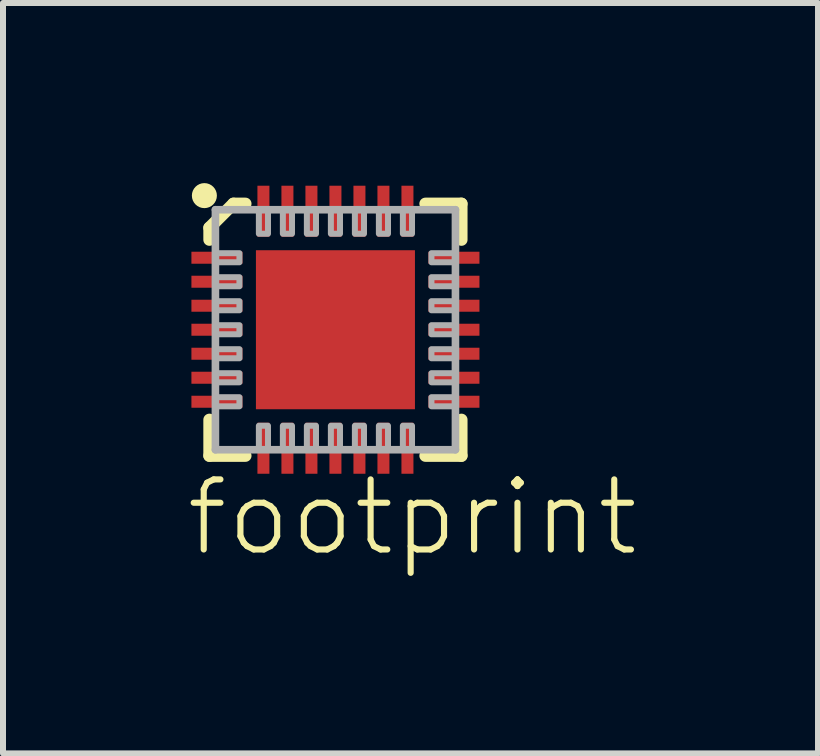
<source format=kicad_pcb>
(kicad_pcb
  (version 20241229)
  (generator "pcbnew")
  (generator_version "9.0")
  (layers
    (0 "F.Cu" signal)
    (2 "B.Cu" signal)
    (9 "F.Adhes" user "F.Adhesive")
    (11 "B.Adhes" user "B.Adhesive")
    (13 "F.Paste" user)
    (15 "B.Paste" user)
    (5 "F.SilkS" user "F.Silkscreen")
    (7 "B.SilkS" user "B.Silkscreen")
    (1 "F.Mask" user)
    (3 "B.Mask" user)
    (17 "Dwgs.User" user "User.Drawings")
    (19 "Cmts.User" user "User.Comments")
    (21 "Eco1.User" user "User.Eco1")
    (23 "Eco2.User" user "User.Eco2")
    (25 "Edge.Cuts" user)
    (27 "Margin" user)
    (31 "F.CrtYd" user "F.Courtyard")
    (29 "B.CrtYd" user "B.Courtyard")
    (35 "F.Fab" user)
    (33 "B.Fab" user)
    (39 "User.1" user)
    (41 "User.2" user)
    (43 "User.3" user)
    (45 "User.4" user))
  (footprint "footprint"
    (layer "F.Cu")
    (at 2.54 2.445)
    (property "Reference" "footprint" (at -2.54 3.81 0) (layer "F.SilkS") (effects (font (size 1.168 1.168) (thickness 0.102)) (justify left bottom)))
    (fp_line (start -2.1 -1.7) (end -2.1 -1.5) (stroke (width 0.203) (type solid)) (layer "F.SilkS"))
    (fp_line (start -2.1 -1.7) (end -1.7 -2.1) (stroke (width 0.203) (type solid)) (layer "F.SilkS"))
    (fp_line (start -2.1 2.1) (end -2.1 1.5) (stroke (width 0.203) (type solid)) (layer "F.SilkS"))
    (fp_line (start -2.1 2.1) (end -1.5 2.1) (stroke (width 0.203) (type solid)) (layer "F.SilkS"))
    (fp_line (start -1.7 -2.1) (end -1.5 -2.1) (stroke (width 0.203) (type solid)) (layer "F.SilkS"))
    (fp_line (start 2.1 -2.1) (end 1.5 -2.1) (stroke (width 0.203) (type solid)) (layer "F.SilkS"))
    (fp_line (start 2.1 -2.1) (end 2.1 -1.5) (stroke (width 0.203) (type solid)) (layer "F.SilkS"))
    (fp_line (start 2.1 2.1) (end 1.5 2.1) (stroke (width 0.203) (type solid)) (layer "F.SilkS"))
    (fp_line (start 2.1 2.1) (end 2.1 1.5) (stroke (width 0.203) (type solid)) (layer "F.SilkS"))
    (fp_circle (center -2.184 -2.235) (end -2.08 -2.235) (stroke (width 0.209) (type solid)) (fill yes) (layer "F.SilkS"))
    (fp_poly (pts (xy -2 -1.1) (xy -1.55 -1.1) (xy -1.55 -1.3) (xy -2 -1.3)) (stroke (width 0) (type solid)) (fill yes) (layer "F.Paste"))
    (fp_poly (pts (xy -2 -0.7) (xy -1.55 -0.7) (xy -1.55 -0.9) (xy -2 -0.9)) (stroke (width 0) (type solid)) (fill yes) (layer "F.Paste"))
    (fp_poly (pts (xy -2 -0.3) (xy -1.55 -0.3) (xy -1.55 -0.5) (xy -2 -0.5)) (stroke (width 0) (type solid)) (fill yes) (layer "F.Paste"))
    (fp_poly (pts (xy -2 0.1) (xy -1.55 0.1) (xy -1.55 -0.1) (xy -2 -0.1)) (stroke (width 0) (type solid)) (fill yes) (layer "F.Paste"))
    (fp_poly (pts (xy -2 0.5) (xy -1.55 0.5) (xy -1.55 0.3) (xy -2 0.3)) (stroke (width 0) (type solid)) (fill yes) (layer "F.Paste"))
    (fp_poly (pts (xy -2 0.9) (xy -1.55 0.9) (xy -1.55 0.7) (xy -2 0.7)) (stroke (width 0) (type solid)) (fill yes) (layer "F.Paste"))
    (fp_poly (pts (xy -2 1.3) (xy -1.55 1.3) (xy -1.55 1.1) (xy -2 1.1)) (stroke (width 0) (type solid)) (fill yes) (layer "F.Paste"))
    (fp_poly (pts (xy -1.3 -2) (xy -1.3 -1.55) (xy -1.1 -1.55) (xy -1.1 -2)) (stroke (width 0) (type solid)) (fill yes) (layer "F.Paste"))
    (fp_poly (pts (xy -1.1 2) (xy -1.1 1.55) (xy -1.3 1.55) (xy -1.3 2)) (stroke (width 0) (type solid)) (fill yes) (layer "F.Paste"))
    (fp_poly (pts (xy -0.994 -0.331) (xy -0.331 -0.331) (xy -0.331 -0.994) (xy -0.994 -0.994)) (stroke (width 0) (type solid)) (fill yes) (layer "F.Paste"))
    (fp_poly (pts (xy -0.994 0.994) (xy -0.331 0.994) (xy -0.331 0.331) (xy -0.994 0.331)) (stroke (width 0) (type solid)) (fill yes) (layer "F.Paste"))
    (fp_poly (pts (xy -0.9 -2) (xy -0.9 -1.55) (xy -0.7 -1.55) (xy -0.7 -2)) (stroke (width 0) (type solid)) (fill yes) (layer "F.Paste"))
    (fp_poly (pts (xy -0.7 2) (xy -0.7 1.55) (xy -0.9 1.55) (xy -0.9 2)) (stroke (width 0) (type solid)) (fill yes) (layer "F.Paste"))
    (fp_poly (pts (xy -0.5 -2) (xy -0.5 -1.55) (xy -0.3 -1.55) (xy -0.3 -2)) (stroke (width 0) (type solid)) (fill yes) (layer "F.Paste"))
    (fp_poly (pts (xy -0.3 2) (xy -0.3 1.55) (xy -0.5 1.55) (xy -0.5 2)) (stroke (width 0) (type solid)) (fill yes) (layer "F.Paste"))
    (fp_poly (pts (xy -0.1 -2) (xy -0.1 -1.55) (xy 0.1 -1.55) (xy 0.1 -2)) (stroke (width 0) (type solid)) (fill yes) (layer "F.Paste"))
    (fp_poly (pts (xy 0.1 2) (xy 0.1 1.55) (xy -0.1 1.55) (xy -0.1 2)) (stroke (width 0) (type solid)) (fill yes) (layer "F.Paste"))
    (fp_poly (pts (xy 0.3 -2) (xy 0.3 -1.55) (xy 0.5 -1.55) (xy 0.5 -2)) (stroke (width 0) (type solid)) (fill yes) (layer "F.Paste"))
    (fp_poly (pts (xy 0.5 2) (xy 0.5 1.55) (xy 0.3 1.55) (xy 0.3 2)) (stroke (width 0) (type solid)) (fill yes) (layer "F.Paste"))
    (fp_poly (pts (xy 0.7 -2) (xy 0.7 -1.55) (xy 0.9 -1.55) (xy 0.9 -2)) (stroke (width 0) (type solid)) (fill yes) (layer "F.Paste"))
    (fp_poly (pts (xy 0.9 2) (xy 0.9 1.55) (xy 0.7 1.55) (xy 0.7 2)) (stroke (width 0) (type solid)) (fill yes) (layer "F.Paste"))
    (fp_poly (pts (xy 0.994 -0.994) (xy 0.331 -0.994) (xy 0.331 -0.331) (xy 0.994 -0.331)) (stroke (width 0) (type solid)) (fill yes) (layer "F.Paste"))
    (fp_poly (pts (xy 0.994 0.331) (xy 0.331 0.331) (xy 0.331 0.994) (xy 0.994 0.994)) (stroke (width 0) (type solid)) (fill yes) (layer "F.Paste"))
    (fp_poly (pts (xy 1.1 -2) (xy 1.1 -1.55) (xy 1.3 -1.55) (xy 1.3 -2)) (stroke (width 0) (type solid)) (fill yes) (layer "F.Paste"))
    (fp_poly (pts (xy 1.3 2) (xy 1.3 1.55) (xy 1.1 1.55) (xy 1.1 2)) (stroke (width 0) (type solid)) (fill yes) (layer "F.Paste"))
    (fp_poly (pts (xy 2 -1.3) (xy 1.55 -1.3) (xy 1.55 -1.1) (xy 2 -1.1)) (stroke (width 0) (type solid)) (fill yes) (layer "F.Paste"))
    (fp_poly (pts (xy 2 -0.9) (xy 1.55 -0.9) (xy 1.55 -0.7) (xy 2 -0.7)) (stroke (width 0) (type solid)) (fill yes) (layer "F.Paste"))
    (fp_poly (pts (xy 2 -0.5) (xy 1.55 -0.5) (xy 1.55 -0.3) (xy 2 -0.3)) (stroke (width 0) (type solid)) (fill yes) (layer "F.Paste"))
    (fp_poly (pts (xy 2 -0.1) (xy 1.55 -0.1) (xy 1.55 0.1) (xy 2 0.1)) (stroke (width 0) (type solid)) (fill yes) (layer "F.Paste"))
    (fp_poly (pts (xy 2 0.3) (xy 1.55 0.3) (xy 1.55 0.5) (xy 2 0.5)) (stroke (width 0) (type solid)) (fill yes) (layer "F.Paste"))
    (fp_poly (pts (xy 2 0.7) (xy 1.55 0.7) (xy 1.55 0.9) (xy 2 0.9)) (stroke (width 0) (type solid)) (fill yes) (layer "F.Paste"))
    (fp_poly (pts (xy 2 1.1) (xy 1.55 1.1) (xy 1.55 1.3) (xy 2 1.3)) (stroke (width 0) (type solid)) (fill yes) (layer "F.Paste"))
    (fp_line (start -2 -2) (end 2 -2) (stroke (width 0.127) (type solid)) (layer "F.Fab"))
    (fp_line (start -2 2) (end -2 -2) (stroke (width 0.127) (type solid)) (layer "F.Fab"))
    (fp_line (start 2 -2) (end 2 2) (stroke (width 0.127) (type solid)) (layer "F.Fab"))
    (fp_line (start 2 2) (end -2 2) (stroke (width 0.127) (type solid)) (layer "F.Fab"))
    (fp_poly (pts (xy -2 -1.276) (xy -2 -1.124) (xy -1.6 -1.124) (xy -1.6 -1.276)) (stroke (width 0.1) (type solid)) (fill no) (layer "F.Fab"))
    (fp_poly (pts (xy -2 -0.876) (xy -2 -0.724) (xy -1.6 -0.724) (xy -1.6 -0.876)) (stroke (width 0.1) (type solid)) (fill no) (layer "F.Fab"))
    (fp_poly (pts (xy -2 -0.476) (xy -2 -0.324) (xy -1.6 -0.324) (xy -1.6 -0.476)) (stroke (width 0.1) (type solid)) (fill no) (layer "F.Fab"))
    (fp_poly (pts (xy -2 -0.076) (xy -2 0.076) (xy -1.6 0.076) (xy -1.6 -0.076)) (stroke (width 0.1) (type solid)) (fill no) (layer "F.Fab"))
    (fp_poly (pts (xy -2 0.324) (xy -2 0.476) (xy -1.6 0.476) (xy -1.6 0.324)) (stroke (width 0.1) (type solid)) (fill no) (layer "F.Fab"))
    (fp_poly (pts (xy -2 0.724) (xy -2 0.876) (xy -1.6 0.876) (xy -1.6 0.724)) (stroke (width 0.1) (type solid)) (fill no) (layer "F.Fab"))
    (fp_poly (pts (xy -2 1.124) (xy -2 1.276) (xy -1.6 1.276) (xy -1.6 1.124)) (stroke (width 0.1) (type solid)) (fill no) (layer "F.Fab"))
    (fp_poly (pts (xy -1.276 2) (xy -1.124 2) (xy -1.124 1.6) (xy -1.276 1.6)) (stroke (width 0.1) (type solid)) (fill no) (layer "F.Fab"))
    (fp_poly (pts (xy -1.124 -2) (xy -1.276 -2) (xy -1.276 -1.6) (xy -1.124 -1.6)) (stroke (width 0.1) (type solid)) (fill no) (layer "F.Fab"))
    (fp_poly (pts (xy -0.876 2) (xy -0.724 2) (xy -0.724 1.6) (xy -0.876 1.6)) (stroke (width 0.1) (type solid)) (fill no) (layer "F.Fab"))
    (fp_poly (pts (xy -0.724 -2) (xy -0.876 -2) (xy -0.876 -1.6) (xy -0.724 -1.6)) (stroke (width 0.1) (type solid)) (fill no) (layer "F.Fab"))
    (fp_poly (pts (xy -0.476 2) (xy -0.324 2) (xy -0.324 1.6) (xy -0.476 1.6)) (stroke (width 0.1) (type solid)) (fill no) (layer "F.Fab"))
    (fp_poly (pts (xy -0.324 -2) (xy -0.476 -2) (xy -0.476 -1.6) (xy -0.324 -1.6)) (stroke (width 0.1) (type solid)) (fill no) (layer "F.Fab"))
    (fp_poly (pts (xy -0.076 2) (xy 0.076 2) (xy 0.076 1.6) (xy -0.076 1.6)) (stroke (width 0.1) (type solid)) (fill no) (layer "F.Fab"))
    (fp_poly (pts (xy 0.076 -2) (xy -0.076 -2) (xy -0.076 -1.6) (xy 0.076 -1.6)) (stroke (width 0.1) (type solid)) (fill no) (layer "F.Fab"))
    (fp_poly (pts (xy 0.324 2) (xy 0.476 2) (xy 0.476 1.6) (xy 0.324 1.6)) (stroke (width 0.1) (type solid)) (fill no) (layer "F.Fab"))
    (fp_poly (pts (xy 0.476 -2) (xy 0.324 -2) (xy 0.324 -1.6) (xy 0.476 -1.6)) (stroke (width 0.1) (type solid)) (fill no) (layer "F.Fab"))
    (fp_poly (pts (xy 0.724 2) (xy 0.876 2) (xy 0.876 1.6) (xy 0.724 1.6)) (stroke (width 0.1) (type solid)) (fill no) (layer "F.Fab"))
    (fp_poly (pts (xy 0.876 -2) (xy 0.724 -2) (xy 0.724 -1.6) (xy 0.876 -1.6)) (stroke (width 0.1) (type solid)) (fill no) (layer "F.Fab"))
    (fp_poly (pts (xy 1.124 2) (xy 1.276 2) (xy 1.276 1.6) (xy 1.124 1.6)) (stroke (width 0.1) (type solid)) (fill no) (layer "F.Fab"))
    (fp_poly (pts (xy 1.276 -2) (xy 1.124 -2) (xy 1.124 -1.6) (xy 1.276 -1.6)) (stroke (width 0.1) (type solid)) (fill no) (layer "F.Fab"))
    (fp_poly (pts (xy 2 -1.124) (xy 2 -1.276) (xy 1.6 -1.276) (xy 1.6 -1.124)) (stroke (width 0.1) (type solid)) (fill no) (layer "F.Fab"))
    (fp_poly (pts (xy 2 -0.724) (xy 2 -0.876) (xy 1.6 -0.876) (xy 1.6 -0.724)) (stroke (width 0.1) (type solid)) (fill no) (layer "F.Fab"))
    (fp_poly (pts (xy 2 -0.324) (xy 2 -0.476) (xy 1.6 -0.476) (xy 1.6 -0.324)) (stroke (width 0.1) (type solid)) (fill no) (layer "F.Fab"))
    (fp_poly (pts (xy 2 0.076) (xy 2 -0.076) (xy 1.6 -0.076) (xy 1.6 0.076)) (stroke (width 0.1) (type solid)) (fill no) (layer "F.Fab"))
    (fp_poly (pts (xy 2 0.476) (xy 2 0.324) (xy 1.6 0.324) (xy 1.6 0.476)) (stroke (width 0.1) (type solid)) (fill no) (layer "F.Fab"))
    (fp_poly (pts (xy 2 0.876) (xy 2 0.724) (xy 1.6 0.724) (xy 1.6 0.876)) (stroke (width 0.1) (type solid)) (fill no) (layer "F.Fab"))
    (fp_poly (pts (xy 2 1.276) (xy 2 1.124) (xy 1.6 1.124) (xy 1.6 1.276)) (stroke (width 0.1) (type solid)) (fill no) (layer "F.Fab"))
    (pad "1" smd rect (at -1.975 -1.2) (size 0.85 0.2) (layers "F.Cu" "F.Mask"))
    (pad "2" smd rect (at -1.975 -0.8) (size 0.85 0.2) (layers "F.Cu" "F.Mask"))
    (pad "3" smd rect (at -1.975 -0.4) (size 0.85 0.2) (layers "F.Cu" "F.Mask"))
    (pad "4" smd rect (at -1.975 0) (size 0.85 0.2) (layers "F.Cu" "F.Mask"))
    (pad "5" smd rect (at -1.975 0.4) (size 0.85 0.2) (layers "F.Cu" "F.Mask"))
    (pad "6" smd rect (at -1.975 0.8) (size 0.85 0.2) (layers "F.Cu" "F.Mask"))
    (pad "7" smd rect (at -1.975 1.2) (size 0.85 0.2) (layers "F.Cu" "F.Mask"))
    (pad "8" smd rect (at -1.2 1.975 90) (size 0.85 0.2) (layers "F.Cu" "F.Mask"))
    (pad "9" smd rect (at -0.8 1.975 90) (size 0.85 0.2) (layers "F.Cu" "F.Mask"))
    (pad "10" smd rect (at -0.4 1.975 90) (size 0.85 0.2) (layers "F.Cu" "F.Mask"))
    (pad "11" smd rect (at 0 1.975 90) (size 0.85 0.2) (layers "F.Cu" "F.Mask"))
    (pad "12" smd rect (at 0.4 1.975 90) (size 0.85 0.2) (layers "F.Cu" "F.Mask"))
    (pad "13" smd rect (at 0.8 1.975 90) (size 0.85 0.2) (layers "F.Cu" "F.Mask"))
    (pad "14" smd rect (at 1.2 1.975 90) (size 0.85 0.2) (layers "F.Cu" "F.Mask"))
    (pad "15" smd rect (at 1.975 1.2 180) (size 0.85 0.2) (layers "F.Cu" "F.Mask"))
    (pad "16" smd rect (at 1.975 0.8 180) (size 0.85 0.2) (layers "F.Cu" "F.Mask"))
    (pad "17" smd rect (at 1.975 0.4 180) (size 0.85 0.2) (layers "F.Cu" "F.Mask"))
    (pad "18" smd rect (at 1.975 0 180) (size 0.85 0.2) (layers "F.Cu" "F.Mask"))
    (pad "19" smd rect (at 1.975 -0.4 180) (size 0.85 0.2) (layers "F.Cu" "F.Mask"))
    (pad "20" smd rect (at 1.975 -0.8 180) (size 0.85 0.2) (layers "F.Cu" "F.Mask"))
    (pad "21" smd rect (at 1.975 -1.2 180) (size 0.85 0.2) (layers "F.Cu" "F.Mask"))
    (pad "22" smd rect (at 1.2 -1.975 270) (size 0.85 0.2) (layers "F.Cu" "F.Mask"))
    (pad "23" smd rect (at 0.8 -1.975 270) (size 0.85 0.2) (layers "F.Cu" "F.Mask"))
    (pad "24" smd rect (at 0.4 -1.975 270) (size 0.85 0.2) (layers "F.Cu" "F.Mask"))
    (pad "25" smd rect (at 0 -1.975 270) (size 0.85 0.2) (layers "F.Cu" "F.Mask"))
    (pad "26" smd rect (at -0.4 -1.975 270) (size 0.85 0.2) (layers "F.Cu" "F.Mask"))
    (pad "27" smd rect (at -0.8 -1.975 270) (size 0.85 0.2) (layers "F.Cu" "F.Mask"))
    (pad "28" smd rect (at -1.2 -1.975 270) (size 0.85 0.2) (layers "F.Cu" "F.Mask"))
    (pad "29" smd rect (at 0 0) (size 2.65 2.65) (layers "F.Cu" "F.Mask")))
  (gr_rect
    (start -3 -3)
    (end 10.582 9.505)
    (stroke (width 0.1) (type default))
    (fill no)
    (layer "Edge.Cuts")))
</source>
